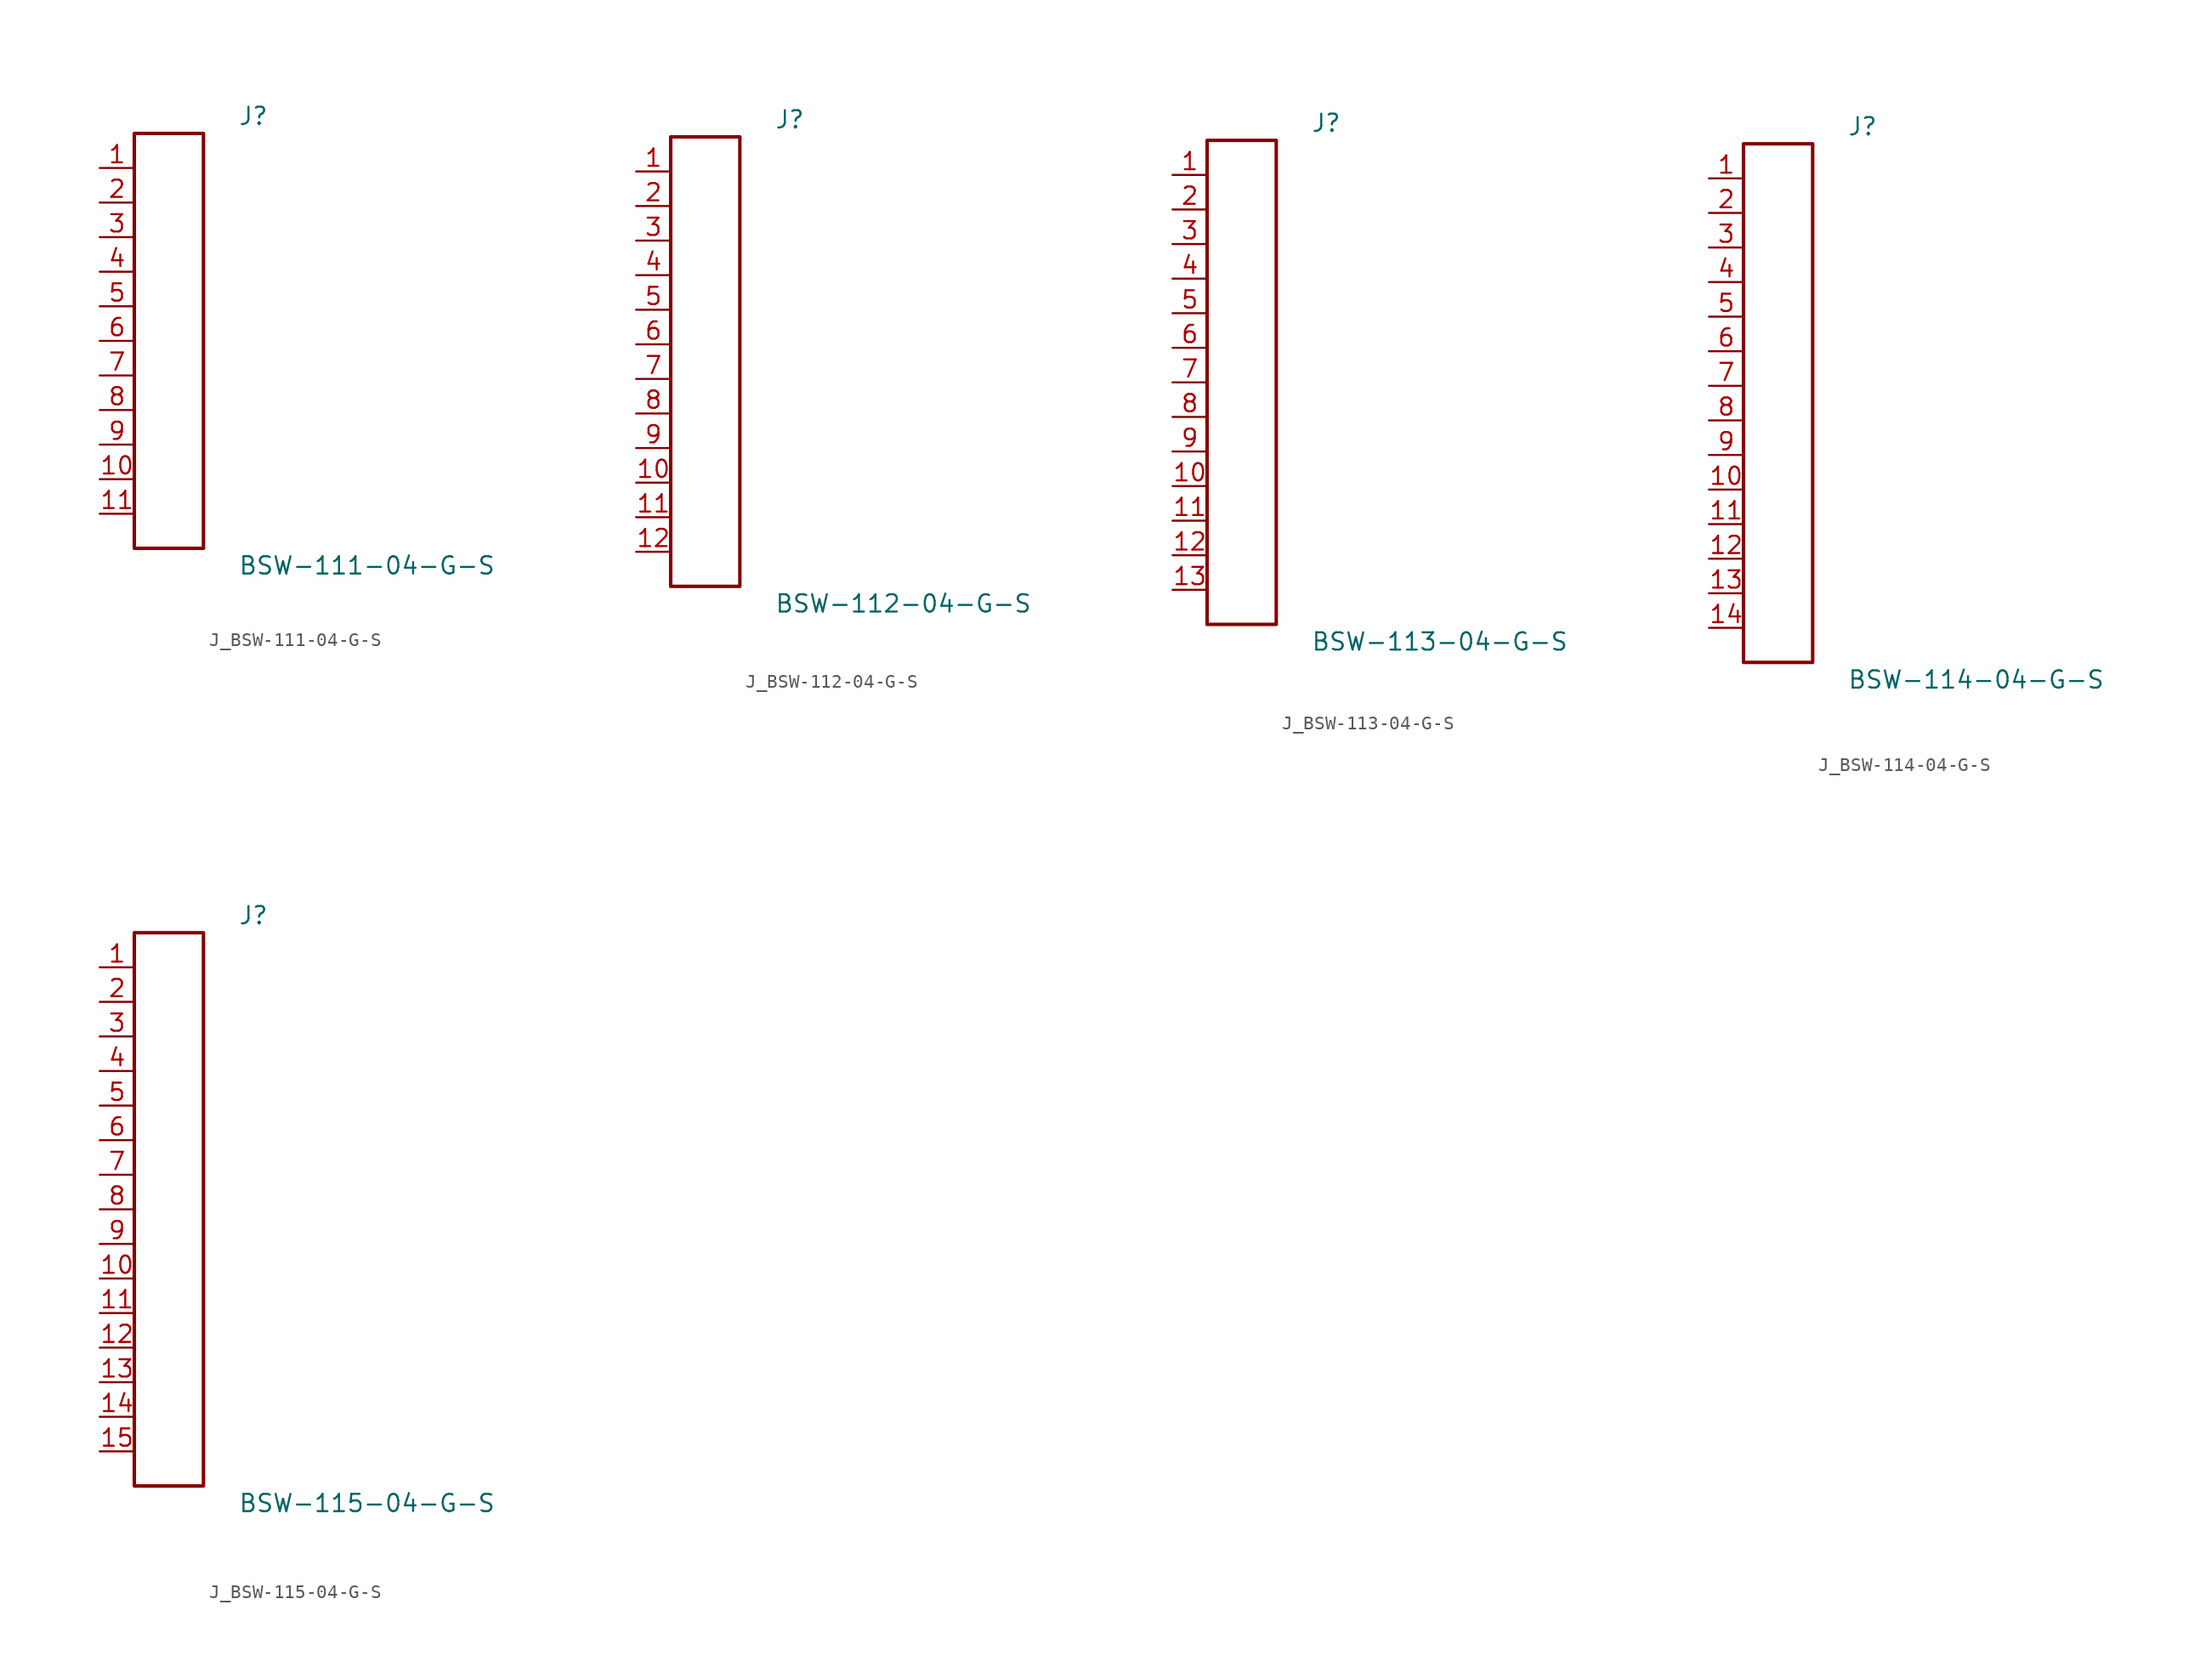
<source format=kicad_sym>
(kicad_symbol_lib
  (version 20231120)
  (generator kicad_symbol_editor)
  (generator_version 8.0)
  (symbol "J_BSW-111-04-G-S"
    (pin_names
      (offset 0.254))
    (property "Reference" "J"
      (at 5.08 16.51 0)
      (effects (font (size 1.27 1.27)) (justify left)))
    (property "Value" "BSW-111-04-G-S"
      (at 5.08 -16.51 0)
      (effects (font (size 1.27 1.27)) (justify left)))
    (symbol "J_BSW-111-04-G-S_0_0"
      (pin unspecified line (at -5.08 12.7 0) (length 2.54) (name "" (effects (font (size 1.27 1.27)))) (number "1" (effects (font (size 1.27 1.27)))))
      (pin unspecified line (at -5.08 10.16 0) (length 2.54) (name "" (effects (font (size 1.27 1.27)))) (number "2" (effects (font (size 1.27 1.27)))))
      (pin unspecified line (at -5.08 7.62 0) (length 2.54) (name "" (effects (font (size 1.27 1.27)))) (number "3" (effects (font (size 1.27 1.27)))))
      (pin unspecified line (at -5.08 5.08 0) (length 2.54) (name "" (effects (font (size 1.27 1.27)))) (number "4" (effects (font (size 1.27 1.27)))))
      (pin unspecified line (at -5.08 2.54 0) (length 2.54) (name "" (effects (font (size 1.27 1.27)))) (number "5" (effects (font (size 1.27 1.27)))))
      (pin unspecified line (at -5.08 0.0 0) (length 2.54) (name "" (effects (font (size 1.27 1.27)))) (number "6" (effects (font (size 1.27 1.27)))))
      (pin unspecified line (at -5.08 -2.54 0) (length 2.54) (name "" (effects (font (size 1.27 1.27)))) (number "7" (effects (font (size 1.27 1.27)))))
      (pin unspecified line (at -5.08 -5.08 0) (length 2.54) (name "" (effects (font (size 1.27 1.27)))) (number "8" (effects (font (size 1.27 1.27)))))
      (pin unspecified line (at -5.08 -7.62 0) (length 2.54) (name "" (effects (font (size 1.27 1.27)))) (number "9" (effects (font (size 1.27 1.27)))))
      (pin unspecified line (at -5.08 -10.16 0) (length 2.54) (name "" (effects (font (size 1.27 1.27)))) (number "10" (effects (font (size 1.27 1.27)))))
      (pin unspecified line (at -5.08 -12.7 0) (length 2.54) (name "" (effects (font (size 1.27 1.27)))) (number "11" (effects (font (size 1.27 1.27))))))
    (symbol "J_BSW-111-04-G-S_1_0"
      (rectangle (start -2.54 15.24) (end 2.54 -15.24) (stroke (width 0.254) (type solid)) (fill (type none)))))
  (symbol "J_BSW-112-04-G-S"
    (pin_names
      (offset 0.254))
    (property "Reference" "J"
      (at 5.08 17.78 0)
      (effects (font (size 1.27 1.27)) (justify left)))
    (property "Value" "BSW-112-04-G-S"
      (at 5.08 -17.78 0)
      (effects (font (size 1.27 1.27)) (justify left)))
    (symbol "J_BSW-112-04-G-S_0_0"
      (pin unspecified line (at -5.08 13.97 0) (length 2.54) (name "" (effects (font (size 1.27 1.27)))) (number "1" (effects (font (size 1.27 1.27)))))
      (pin unspecified line (at -5.08 11.43 0) (length 2.54) (name "" (effects (font (size 1.27 1.27)))) (number "2" (effects (font (size 1.27 1.27)))))
      (pin unspecified line (at -5.08 8.89 0) (length 2.54) (name "" (effects (font (size 1.27 1.27)))) (number "3" (effects (font (size 1.27 1.27)))))
      (pin unspecified line (at -5.08 6.35 0) (length 2.54) (name "" (effects (font (size 1.27 1.27)))) (number "4" (effects (font (size 1.27 1.27)))))
      (pin unspecified line (at -5.08 3.81 0) (length 2.54) (name "" (effects (font (size 1.27 1.27)))) (number "5" (effects (font (size 1.27 1.27)))))
      (pin unspecified line (at -5.08 1.27 0) (length 2.54) (name "" (effects (font (size 1.27 1.27)))) (number "6" (effects (font (size 1.27 1.27)))))
      (pin unspecified line (at -5.08 -1.27 0) (length 2.54) (name "" (effects (font (size 1.27 1.27)))) (number "7" (effects (font (size 1.27 1.27)))))
      (pin unspecified line (at -5.08 -3.81 0) (length 2.54) (name "" (effects (font (size 1.27 1.27)))) (number "8" (effects (font (size 1.27 1.27)))))
      (pin unspecified line (at -5.08 -6.35 0) (length 2.54) (name "" (effects (font (size 1.27 1.27)))) (number "9" (effects (font (size 1.27 1.27)))))
      (pin unspecified line (at -5.08 -8.89 0) (length 2.54) (name "" (effects (font (size 1.27 1.27)))) (number "10" (effects (font (size 1.27 1.27)))))
      (pin unspecified line (at -5.08 -11.43 0) (length 2.54) (name "" (effects (font (size 1.27 1.27)))) (number "11" (effects (font (size 1.27 1.27)))))
      (pin unspecified line (at -5.08 -13.97 0) (length 2.54) (name "" (effects (font (size 1.27 1.27)))) (number "12" (effects (font (size 1.27 1.27))))))
    (symbol "J_BSW-112-04-G-S_1_0"
      (rectangle (start -2.54 16.51) (end 2.54 -16.51) (stroke (width 0.254) (type solid)) (fill (type none)))))
  (symbol "J_BSW-113-04-G-S"
    (pin_names
      (offset 0.254))
    (property "Reference" "J"
      (at 5.08 19.05 0)
      (effects (font (size 1.27 1.27)) (justify left)))
    (property "Value" "BSW-113-04-G-S"
      (at 5.08 -19.05 0)
      (effects (font (size 1.27 1.27)) (justify left)))
    (symbol "J_BSW-113-04-G-S_0_0"
      (pin unspecified line (at -5.08 15.24 0) (length 2.54) (name "" (effects (font (size 1.27 1.27)))) (number "1" (effects (font (size 1.27 1.27)))))
      (pin unspecified line (at -5.08 12.7 0) (length 2.54) (name "" (effects (font (size 1.27 1.27)))) (number "2" (effects (font (size 1.27 1.27)))))
      (pin unspecified line (at -5.08 10.16 0) (length 2.54) (name "" (effects (font (size 1.27 1.27)))) (number "3" (effects (font (size 1.27 1.27)))))
      (pin unspecified line (at -5.08 7.62 0) (length 2.54) (name "" (effects (font (size 1.27 1.27)))) (number "4" (effects (font (size 1.27 1.27)))))
      (pin unspecified line (at -5.08 5.08 0) (length 2.54) (name "" (effects (font (size 1.27 1.27)))) (number "5" (effects (font (size 1.27 1.27)))))
      (pin unspecified line (at -5.08 2.54 0) (length 2.54) (name "" (effects (font (size 1.27 1.27)))) (number "6" (effects (font (size 1.27 1.27)))))
      (pin unspecified line (at -5.08 0.0 0) (length 2.54) (name "" (effects (font (size 1.27 1.27)))) (number "7" (effects (font (size 1.27 1.27)))))
      (pin unspecified line (at -5.08 -2.54 0) (length 2.54) (name "" (effects (font (size 1.27 1.27)))) (number "8" (effects (font (size 1.27 1.27)))))
      (pin unspecified line (at -5.08 -5.08 0) (length 2.54) (name "" (effects (font (size 1.27 1.27)))) (number "9" (effects (font (size 1.27 1.27)))))
      (pin unspecified line (at -5.08 -7.62 0) (length 2.54) (name "" (effects (font (size 1.27 1.27)))) (number "10" (effects (font (size 1.27 1.27)))))
      (pin unspecified line (at -5.08 -10.16 0) (length 2.54) (name "" (effects (font (size 1.27 1.27)))) (number "11" (effects (font (size 1.27 1.27)))))
      (pin unspecified line (at -5.08 -12.7 0) (length 2.54) (name "" (effects (font (size 1.27 1.27)))) (number "12" (effects (font (size 1.27 1.27)))))
      (pin unspecified line (at -5.08 -15.24 0) (length 2.54) (name "" (effects (font (size 1.27 1.27)))) (number "13" (effects (font (size 1.27 1.27))))))
    (symbol "J_BSW-113-04-G-S_1_0"
      (rectangle (start -2.54 17.78) (end 2.54 -17.78) (stroke (width 0.254) (type solid)) (fill (type none)))))
  (symbol "J_BSW-114-04-G-S"
    (pin_names
      (offset 0.254))
    (property "Reference" "J"
      (at 5.08 20.32 0)
      (effects (font (size 1.27 1.27)) (justify left)))
    (property "Value" "BSW-114-04-G-S"
      (at 5.08 -20.32 0)
      (effects (font (size 1.27 1.27)) (justify left)))
    (symbol "J_BSW-114-04-G-S_0_0"
      (pin unspecified line (at -5.08 16.51 0) (length 2.54) (name "" (effects (font (size 1.27 1.27)))) (number "1" (effects (font (size 1.27 1.27)))))
      (pin unspecified line (at -5.08 13.97 0) (length 2.54) (name "" (effects (font (size 1.27 1.27)))) (number "2" (effects (font (size 1.27 1.27)))))
      (pin unspecified line (at -5.08 11.43 0) (length 2.54) (name "" (effects (font (size 1.27 1.27)))) (number "3" (effects (font (size 1.27 1.27)))))
      (pin unspecified line (at -5.08 8.89 0) (length 2.54) (name "" (effects (font (size 1.27 1.27)))) (number "4" (effects (font (size 1.27 1.27)))))
      (pin unspecified line (at -5.08 6.35 0) (length 2.54) (name "" (effects (font (size 1.27 1.27)))) (number "5" (effects (font (size 1.27 1.27)))))
      (pin unspecified line (at -5.08 3.81 0) (length 2.54) (name "" (effects (font (size 1.27 1.27)))) (number "6" (effects (font (size 1.27 1.27)))))
      (pin unspecified line (at -5.08 1.27 0) (length 2.54) (name "" (effects (font (size 1.27 1.27)))) (number "7" (effects (font (size 1.27 1.27)))))
      (pin unspecified line (at -5.08 -1.27 0) (length 2.54) (name "" (effects (font (size 1.27 1.27)))) (number "8" (effects (font (size 1.27 1.27)))))
      (pin unspecified line (at -5.08 -3.81 0) (length 2.54) (name "" (effects (font (size 1.27 1.27)))) (number "9" (effects (font (size 1.27 1.27)))))
      (pin unspecified line (at -5.08 -6.35 0) (length 2.54) (name "" (effects (font (size 1.27 1.27)))) (number "10" (effects (font (size 1.27 1.27)))))
      (pin unspecified line (at -5.08 -8.89 0) (length 2.54) (name "" (effects (font (size 1.27 1.27)))) (number "11" (effects (font (size 1.27 1.27)))))
      (pin unspecified line (at -5.08 -11.43 0) (length 2.54) (name "" (effects (font (size 1.27 1.27)))) (number "12" (effects (font (size 1.27 1.27)))))
      (pin unspecified line (at -5.08 -13.97 0) (length 2.54) (name "" (effects (font (size 1.27 1.27)))) (number "13" (effects (font (size 1.27 1.27)))))
      (pin unspecified line (at -5.08 -16.51 0) (length 2.54) (name "" (effects (font (size 1.27 1.27)))) (number "14" (effects (font (size 1.27 1.27))))))
    (symbol "J_BSW-114-04-G-S_1_0"
      (rectangle (start -2.54 19.05) (end 2.54 -19.05) (stroke (width 0.254) (type solid)) (fill (type none)))))
  (symbol "J_BSW-115-04-G-S"
    (pin_names
      (offset 0.254))
    (property "Reference" "J"
      (at 5.08 21.59 0)
      (effects (font (size 1.27 1.27)) (justify left)))
    (property "Value" "BSW-115-04-G-S"
      (at 5.08 -21.59 0)
      (effects (font (size 1.27 1.27)) (justify left)))
    (symbol "J_BSW-115-04-G-S_0_0"
      (pin unspecified line (at -5.08 17.78 0) (length 2.54) (name "" (effects (font (size 1.27 1.27)))) (number "1" (effects (font (size 1.27 1.27)))))
      (pin unspecified line (at -5.08 15.24 0) (length 2.54) (name "" (effects (font (size 1.27 1.27)))) (number "2" (effects (font (size 1.27 1.27)))))
      (pin unspecified line (at -5.08 12.7 0) (length 2.54) (name "" (effects (font (size 1.27 1.27)))) (number "3" (effects (font (size 1.27 1.27)))))
      (pin unspecified line (at -5.08 10.16 0) (length 2.54) (name "" (effects (font (size 1.27 1.27)))) (number "4" (effects (font (size 1.27 1.27)))))
      (pin unspecified line (at -5.08 7.62 0) (length 2.54) (name "" (effects (font (size 1.27 1.27)))) (number "5" (effects (font (size 1.27 1.27)))))
      (pin unspecified line (at -5.08 5.08 0) (length 2.54) (name "" (effects (font (size 1.27 1.27)))) (number "6" (effects (font (size 1.27 1.27)))))
      (pin unspecified line (at -5.08 2.54 0) (length 2.54) (name "" (effects (font (size 1.27 1.27)))) (number "7" (effects (font (size 1.27 1.27)))))
      (pin unspecified line (at -5.08 0.0 0) (length 2.54) (name "" (effects (font (size 1.27 1.27)))) (number "8" (effects (font (size 1.27 1.27)))))
      (pin unspecified line (at -5.08 -2.54 0) (length 2.54) (name "" (effects (font (size 1.27 1.27)))) (number "9" (effects (font (size 1.27 1.27)))))
      (pin unspecified line (at -5.08 -5.08 0) (length 2.54) (name "" (effects (font (size 1.27 1.27)))) (number "10" (effects (font (size 1.27 1.27)))))
      (pin unspecified line (at -5.08 -7.62 0) (length 2.54) (name "" (effects (font (size 1.27 1.27)))) (number "11" (effects (font (size 1.27 1.27)))))
      (pin unspecified line (at -5.08 -10.16 0) (length 2.54) (name "" (effects (font (size 1.27 1.27)))) (number "12" (effects (font (size 1.27 1.27)))))
      (pin unspecified line (at -5.08 -12.7 0) (length 2.54) (name "" (effects (font (size 1.27 1.27)))) (number "13" (effects (font (size 1.27 1.27)))))
      (pin unspecified line (at -5.08 -15.24 0) (length 2.54) (name "" (effects (font (size 1.27 1.27)))) (number "14" (effects (font (size 1.27 1.27)))))
      (pin unspecified line (at -5.08 -17.78 0) (length 2.54) (name "" (effects (font (size 1.27 1.27)))) (number "15" (effects (font (size 1.27 1.27))))))
    (symbol "J_BSW-115-04-G-S_1_0"
      (rectangle (start -2.54 20.32) (end 2.54 -20.32) (stroke (width 0.254) (type solid)) (fill (type none))))))
</source>
